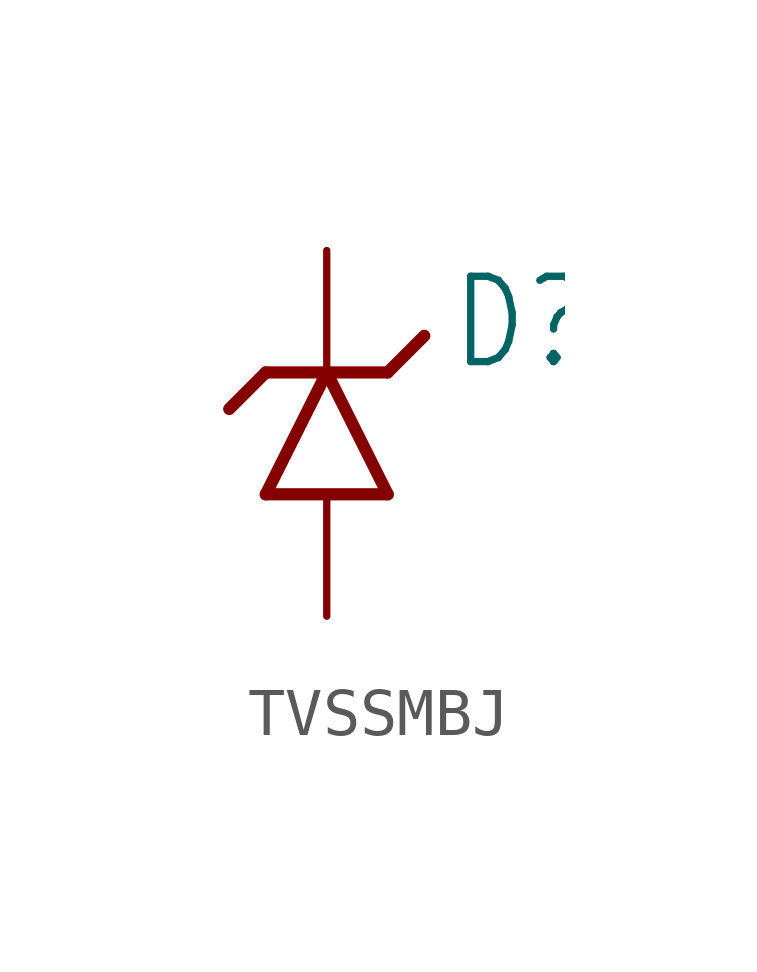
<source format=kicad_sym>
(kicad_symbol_lib
  (version 20220914)
  (generator kicad_symbol_editor)
  (symbol "TVSSMBJ"
    (property "Reference" "D"
      (at 2.54 0 0)
      (effects (font (size 1.778 1.511)) (justify left bottom)))
    (property "Value" ""
      (at 2.54 -2.54 0)
      (effects (font (size 1.778 1.511)) (justify left bottom)))
    (property "ki_locked" ""
      (at 0 0 0)
      (effects (font (size 1.27 1.27))))
    (symbol "TVSSMBJ_1_0"
      (polyline (pts (xy -1.27 -2.54) (xy 1.27 -2.54)) (stroke (width 0.254) (type solid)) (fill (type none)))
      (polyline (pts (xy -1.27 0) (xy -2.032 -0.762)) (stroke (width 0.254) (type solid)) (fill (type none)))
      (polyline (pts (xy 0 0) (xy -1.27 -2.54)) (stroke (width 0.254) (type solid)) (fill (type none)))
      (polyline (pts (xy 0 0) (xy -1.27 0)) (stroke (width 0.254) (type solid)) (fill (type none)))
      (polyline (pts (xy 1.27 -2.54) (xy 0 0)) (stroke (width 0.254) (type solid)) (fill (type none)))
      (polyline (pts (xy 1.27 0) (xy 0 0)) (stroke (width 0.254) (type solid)) (fill (type none)))
      (polyline (pts (xy 2.032 0.762) (xy 1.27 0)) (stroke (width 0.254) (type solid)) (fill (type none)))
      (pin passive line (at 0 -5.08 90) (length 2.54) (name "A" (effects (font (size 0 0)))) (number "A" (effects (font (size 0 0)))))
      (pin passive line (at 0 2.54 270) (length 2.54) (name "C" (effects (font (size 0 0)))) (number "C" (effects (font (size 0 0))))))))
</source>
